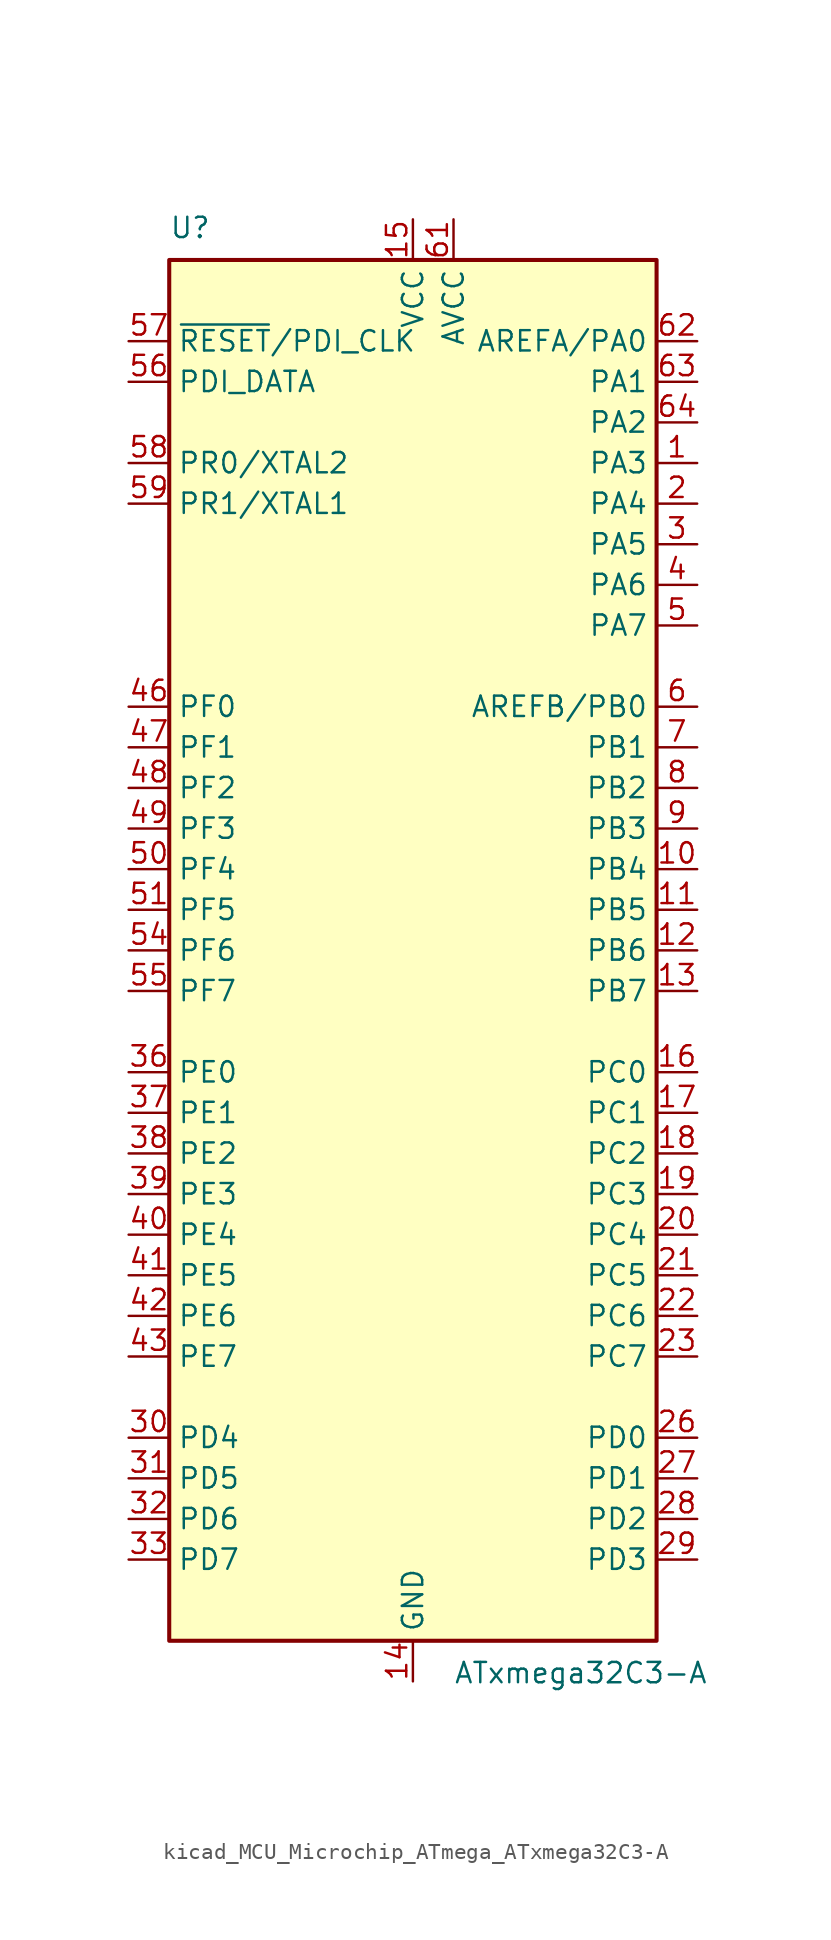
<source format=kicad_sym>
(kicad_symbol_lib
  (version 20220914)
  (generator kicad_symbol_editor)
  (symbol "kicad_MCU_Microchip_ATmega_ATxmega32C3-A"
    (property "Reference" "U"
      (at -15.24 44.45 0)
      (effects (font (size 1.27 1.27)) (justify left bottom)))
    (property "Value" "ATxmega32C3-A"
      (at 2.54 -44.45 0)
      (effects (font (size 1.27 1.27)) (justify left top)))
    (symbol "kicad_MCU_Microchip_ATmega_ATxmega32C3-A_0_1"
      (rectangle (start -15.24 -43.18) (end 15.24 43.18) (stroke (width 0.254) (type default)) (fill (type background))))
    (symbol "kicad_MCU_Microchip_ATmega_ATxmega32C3-A_1_1"
      (pin bidirectional line (at 17.78 30.48 180) (length 2.54) (name "PA3" (effects (font (size 1.27 1.27)))) (number "1" (effects (font (size 1.27 1.27)))))
      (pin bidirectional line (at 17.78 5.08 180) (length 2.54) (name "PB4" (effects (font (size 1.27 1.27)))) (number "10" (effects (font (size 1.27 1.27)))))
      (pin bidirectional line (at 17.78 2.54 180) (length 2.54) (name "PB5" (effects (font (size 1.27 1.27)))) (number "11" (effects (font (size 1.27 1.27)))))
      (pin bidirectional line (at 17.78 0 180) (length 2.54) (name "PB6" (effects (font (size 1.27 1.27)))) (number "12" (effects (font (size 1.27 1.27)))))
      (pin bidirectional line (at 17.78 -2.54 180) (length 2.54) (name "PB7" (effects (font (size 1.27 1.27)))) (number "13" (effects (font (size 1.27 1.27)))))
      (pin power_in line (at 0 -45.72 90) (length 2.54) (name "GND" (effects (font (size 1.27 1.27)))) (number "14" (effects (font (size 1.27 1.27)))))
      (pin power_in line (at 0 45.72 270) (length 2.54) (name "VCC" (effects (font (size 1.27 1.27)))) (number "15" (effects (font (size 1.27 1.27)))))
      (pin bidirectional line (at 17.78 -7.62 180) (length 2.54) (name "PC0" (effects (font (size 1.27 1.27)))) (number "16" (effects (font (size 1.27 1.27)))))
      (pin bidirectional line (at 17.78 -10.16 180) (length 2.54) (name "PC1" (effects (font (size 1.27 1.27)))) (number "17" (effects (font (size 1.27 1.27)))))
      (pin bidirectional line (at 17.78 -12.7 180) (length 2.54) (name "PC2" (effects (font (size 1.27 1.27)))) (number "18" (effects (font (size 1.27 1.27)))))
      (pin bidirectional line (at 17.78 -15.24 180) (length 2.54) (name "PC3" (effects (font (size 1.27 1.27)))) (number "19" (effects (font (size 1.27 1.27)))))
      (pin bidirectional line (at 17.78 27.94 180) (length 2.54) (name "PA4" (effects (font (size 1.27 1.27)))) (number "2" (effects (font (size 1.27 1.27)))))
      (pin bidirectional line (at 17.78 -17.78 180) (length 2.54) (name "PC4" (effects (font (size 1.27 1.27)))) (number "20" (effects (font (size 1.27 1.27)))))
      (pin bidirectional line (at 17.78 -20.32 180) (length 2.54) (name "PC5" (effects (font (size 1.27 1.27)))) (number "21" (effects (font (size 1.27 1.27)))))
      (pin bidirectional line (at 17.78 -22.86 180) (length 2.54) (name "PC6" (effects (font (size 1.27 1.27)))) (number "22" (effects (font (size 1.27 1.27)))))
      (pin bidirectional line (at 17.78 -25.4 180) (length 2.54) (name "PC7" (effects (font (size 1.27 1.27)))) (number "23" (effects (font (size 1.27 1.27)))))
      (pin passive line (at 0 -45.72 90) (length 2.54) hide (name "GND" (effects (font (size 1.27 1.27)))) (number "24" (effects (font (size 1.27 1.27)))))
      (pin passive line (at 0 45.72 270) (length 2.54) hide (name "VCC" (effects (font (size 1.27 1.27)))) (number "25" (effects (font (size 1.27 1.27)))))
      (pin bidirectional line (at 17.78 -30.48 180) (length 2.54) (name "PD0" (effects (font (size 1.27 1.27)))) (number "26" (effects (font (size 1.27 1.27)))))
      (pin bidirectional line (at 17.78 -33.02 180) (length 2.54) (name "PD1" (effects (font (size 1.27 1.27)))) (number "27" (effects (font (size 1.27 1.27)))))
      (pin bidirectional line (at 17.78 -35.56 180) (length 2.54) (name "PD2" (effects (font (size 1.27 1.27)))) (number "28" (effects (font (size 1.27 1.27)))))
      (pin bidirectional line (at 17.78 -38.1 180) (length 2.54) (name "PD3" (effects (font (size 1.27 1.27)))) (number "29" (effects (font (size 1.27 1.27)))))
      (pin bidirectional line (at 17.78 25.4 180) (length 2.54) (name "PA5" (effects (font (size 1.27 1.27)))) (number "3" (effects (font (size 1.27 1.27)))))
      (pin bidirectional line (at -17.78 -30.48 0) (length 2.54) (name "PD4" (effects (font (size 1.27 1.27)))) (number "30" (effects (font (size 1.27 1.27)))))
      (pin bidirectional line (at -17.78 -33.02 0) (length 2.54) (name "PD5" (effects (font (size 1.27 1.27)))) (number "31" (effects (font (size 1.27 1.27)))))
      (pin bidirectional line (at -17.78 -35.56 0) (length 2.54) (name "PD6" (effects (font (size 1.27 1.27)))) (number "32" (effects (font (size 1.27 1.27)))))
      (pin bidirectional line (at -17.78 -38.1 0) (length 2.54) (name "PD7" (effects (font (size 1.27 1.27)))) (number "33" (effects (font (size 1.27 1.27)))))
      (pin passive line (at 0 -45.72 90) (length 2.54) hide (name "GND" (effects (font (size 1.27 1.27)))) (number "34" (effects (font (size 1.27 1.27)))))
      (pin passive line (at 0 45.72 270) (length 2.54) hide (name "VCC" (effects (font (size 1.27 1.27)))) (number "35" (effects (font (size 1.27 1.27)))))
      (pin bidirectional line (at -17.78 -7.62 0) (length 2.54) (name "PE0" (effects (font (size 1.27 1.27)))) (number "36" (effects (font (size 1.27 1.27)))))
      (pin bidirectional line (at -17.78 -10.16 0) (length 2.54) (name "PE1" (effects (font (size 1.27 1.27)))) (number "37" (effects (font (size 1.27 1.27)))))
      (pin bidirectional line (at -17.78 -12.7 0) (length 2.54) (name "PE2" (effects (font (size 1.27 1.27)))) (number "38" (effects (font (size 1.27 1.27)))))
      (pin bidirectional line (at -17.78 -15.24 0) (length 2.54) (name "PE3" (effects (font (size 1.27 1.27)))) (number "39" (effects (font (size 1.27 1.27)))))
      (pin bidirectional line (at 17.78 22.86 180) (length 2.54) (name "PA6" (effects (font (size 1.27 1.27)))) (number "4" (effects (font (size 1.27 1.27)))))
      (pin bidirectional line (at -17.78 -17.78 0) (length 2.54) (name "PE4" (effects (font (size 1.27 1.27)))) (number "40" (effects (font (size 1.27 1.27)))))
      (pin bidirectional line (at -17.78 -20.32 0) (length 2.54) (name "PE5" (effects (font (size 1.27 1.27)))) (number "41" (effects (font (size 1.27 1.27)))))
      (pin bidirectional line (at -17.78 -22.86 0) (length 2.54) (name "PE6" (effects (font (size 1.27 1.27)))) (number "42" (effects (font (size 1.27 1.27)))))
      (pin bidirectional line (at -17.78 -25.4 0) (length 2.54) (name "PE7" (effects (font (size 1.27 1.27)))) (number "43" (effects (font (size 1.27 1.27)))))
      (pin passive line (at 0 -45.72 90) (length 2.54) hide (name "GND" (effects (font (size 1.27 1.27)))) (number "44" (effects (font (size 1.27 1.27)))))
      (pin passive line (at 0 45.72 270) (length 2.54) hide (name "VCC" (effects (font (size 1.27 1.27)))) (number "45" (effects (font (size 1.27 1.27)))))
      (pin bidirectional line (at -17.78 15.24 0) (length 2.54) (name "PF0" (effects (font (size 1.27 1.27)))) (number "46" (effects (font (size 1.27 1.27)))))
      (pin bidirectional line (at -17.78 12.7 0) (length 2.54) (name "PF1" (effects (font (size 1.27 1.27)))) (number "47" (effects (font (size 1.27 1.27)))))
      (pin bidirectional line (at -17.78 10.16 0) (length 2.54) (name "PF2" (effects (font (size 1.27 1.27)))) (number "48" (effects (font (size 1.27 1.27)))))
      (pin bidirectional line (at -17.78 7.62 0) (length 2.54) (name "PF3" (effects (font (size 1.27 1.27)))) (number "49" (effects (font (size 1.27 1.27)))))
      (pin bidirectional line (at 17.78 20.32 180) (length 2.54) (name "PA7" (effects (font (size 1.27 1.27)))) (number "5" (effects (font (size 1.27 1.27)))))
      (pin bidirectional line (at -17.78 5.08 0) (length 2.54) (name "PF4" (effects (font (size 1.27 1.27)))) (number "50" (effects (font (size 1.27 1.27)))))
      (pin bidirectional line (at -17.78 2.54 0) (length 2.54) (name "PF5" (effects (font (size 1.27 1.27)))) (number "51" (effects (font (size 1.27 1.27)))))
      (pin passive line (at 0 -45.72 90) (length 2.54) hide (name "GND" (effects (font (size 1.27 1.27)))) (number "52" (effects (font (size 1.27 1.27)))))
      (pin passive line (at 0 45.72 270) (length 2.54) hide (name "VCC" (effects (font (size 1.27 1.27)))) (number "53" (effects (font (size 1.27 1.27)))))
      (pin bidirectional line (at -17.78 0 0) (length 2.54) (name "PF6" (effects (font (size 1.27 1.27)))) (number "54" (effects (font (size 1.27 1.27)))))
      (pin bidirectional line (at -17.78 -2.54 0) (length 2.54) (name "PF7" (effects (font (size 1.27 1.27)))) (number "55" (effects (font (size 1.27 1.27)))))
      (pin bidirectional line (at -17.78 35.56 0) (length 2.54) (name "PDI_DATA" (effects (font (size 1.27 1.27)))) (number "56" (effects (font (size 1.27 1.27)))))
      (pin input line (at -17.78 38.1 0) (length 2.54) (name "~{RESET}/PDI_CLK" (effects (font (size 1.27 1.27)))) (number "57" (effects (font (size 1.27 1.27)))))
      (pin bidirectional line (at -17.78 30.48 0) (length 2.54) (name "PR0/XTAL2" (effects (font (size 1.27 1.27)))) (number "58" (effects (font (size 1.27 1.27)))))
      (pin bidirectional line (at -17.78 27.94 0) (length 2.54) (name "PR1/XTAL1" (effects (font (size 1.27 1.27)))) (number "59" (effects (font (size 1.27 1.27)))))
      (pin bidirectional line (at 17.78 15.24 180) (length 2.54) (name "AREFB/PB0" (effects (font (size 1.27 1.27)))) (number "6" (effects (font (size 1.27 1.27)))))
      (pin passive line (at 0 -45.72 90) (length 2.54) hide (name "GND" (effects (font (size 1.27 1.27)))) (number "60" (effects (font (size 1.27 1.27)))))
      (pin power_in line (at 2.54 45.72 270) (length 2.54) (name "AVCC" (effects (font (size 1.27 1.27)))) (number "61" (effects (font (size 1.27 1.27)))))
      (pin bidirectional line (at 17.78 38.1 180) (length 2.54) (name "AREFA/PA0" (effects (font (size 1.27 1.27)))) (number "62" (effects (font (size 1.27 1.27)))))
      (pin bidirectional line (at 17.78 35.56 180) (length 2.54) (name "PA1" (effects (font (size 1.27 1.27)))) (number "63" (effects (font (size 1.27 1.27)))))
      (pin bidirectional line (at 17.78 33.02 180) (length 2.54) (name "PA2" (effects (font (size 1.27 1.27)))) (number "64" (effects (font (size 1.27 1.27)))))
      (pin bidirectional line (at 17.78 12.7 180) (length 2.54) (name "PB1" (effects (font (size 1.27 1.27)))) (number "7" (effects (font (size 1.27 1.27)))))
      (pin bidirectional line (at 17.78 10.16 180) (length 2.54) (name "PB2" (effects (font (size 1.27 1.27)))) (number "8" (effects (font (size 1.27 1.27)))))
      (pin bidirectional line (at 17.78 7.62 180) (length 2.54) (name "PB3" (effects (font (size 1.27 1.27)))) (number "9" (effects (font (size 1.27 1.27))))))))
</source>
